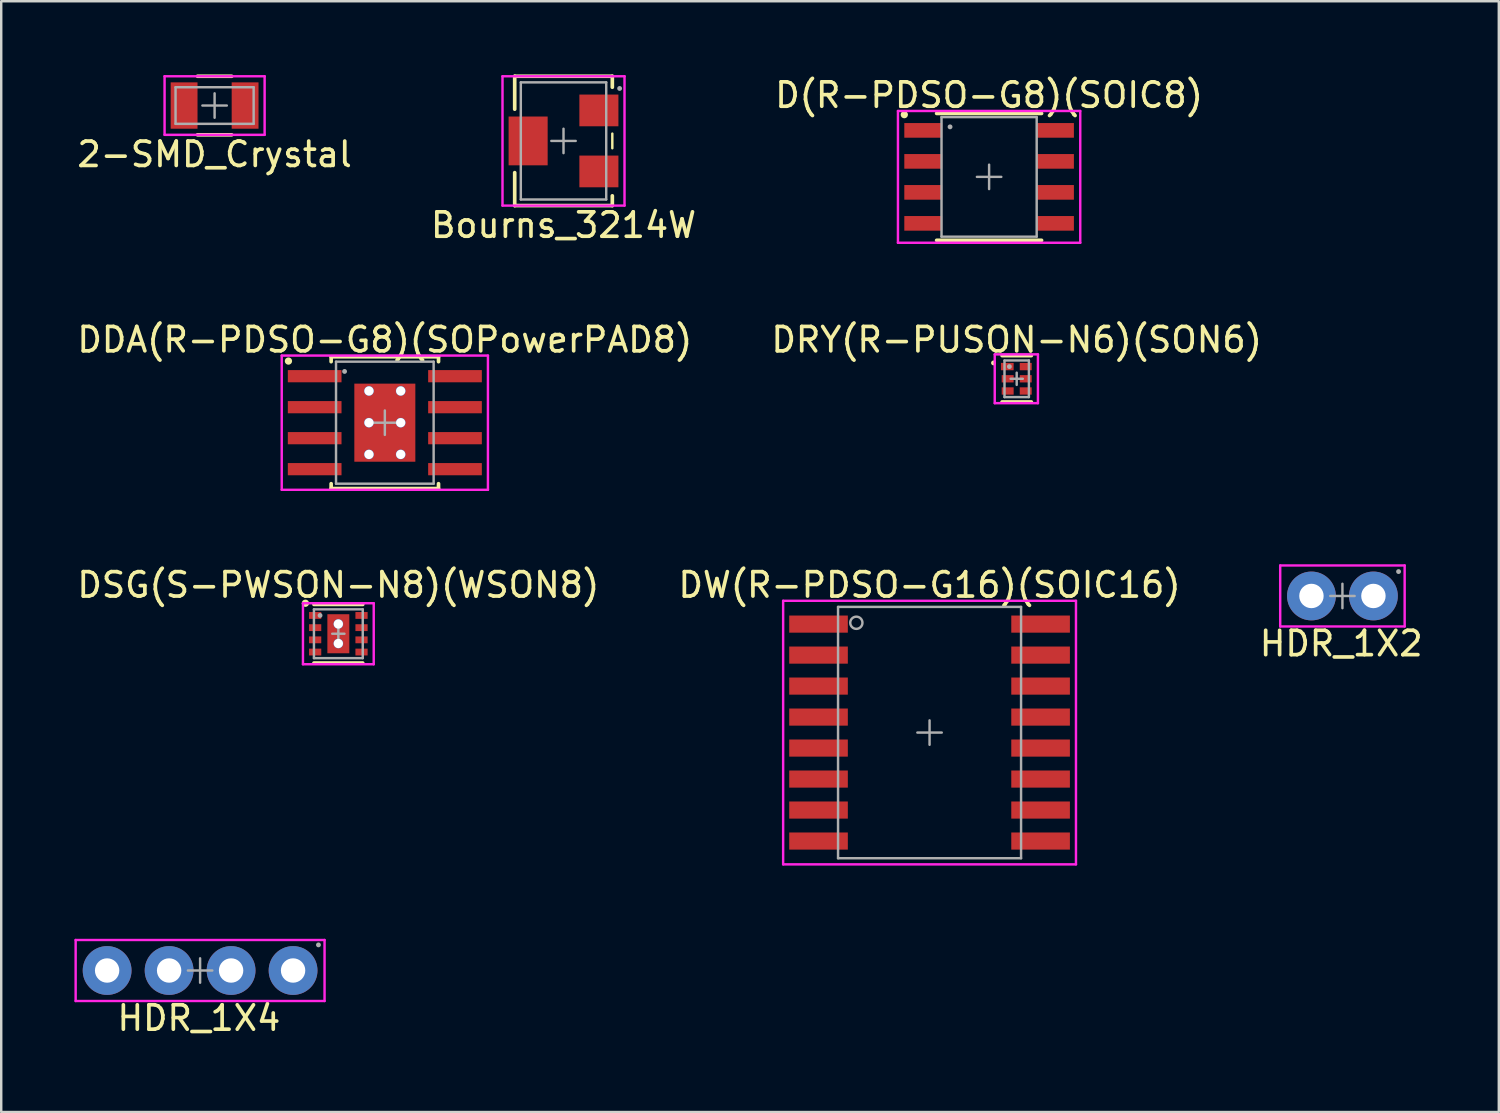
<source format=kicad_pcb>
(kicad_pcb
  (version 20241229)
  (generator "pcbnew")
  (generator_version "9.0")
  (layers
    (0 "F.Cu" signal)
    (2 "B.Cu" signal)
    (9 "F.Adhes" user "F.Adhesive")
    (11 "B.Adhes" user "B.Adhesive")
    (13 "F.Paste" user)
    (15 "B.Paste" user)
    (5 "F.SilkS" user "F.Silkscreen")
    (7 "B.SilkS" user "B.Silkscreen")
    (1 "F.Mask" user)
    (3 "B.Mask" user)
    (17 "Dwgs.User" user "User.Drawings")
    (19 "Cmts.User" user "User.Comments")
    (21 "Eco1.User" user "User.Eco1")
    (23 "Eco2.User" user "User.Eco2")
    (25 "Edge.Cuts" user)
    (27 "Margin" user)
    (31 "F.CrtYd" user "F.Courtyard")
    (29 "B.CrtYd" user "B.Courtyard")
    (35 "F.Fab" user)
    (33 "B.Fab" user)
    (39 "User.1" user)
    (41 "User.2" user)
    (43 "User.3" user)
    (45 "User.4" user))
  (footprint "DW(R-PDSO-G16)(SOIC16)"
    (layer "F.Cu")
    (at 35.042 26.97)
    (property "Reference" "DW(R-PDSO-G16)(SOIC16)" (at 0 -6.05 0) (layer "F.SilkS") (effects (font (size 1 1) (thickness 0.15))))
    (attr through_hole)
    (fp_line (start -6 -5.4) (end 6 -5.4) (stroke (width 0.1) (type solid)) (layer "F.CrtYd"))
    (fp_line (start -6 5.4) (end -6 -5.4) (stroke (width 0.1) (type solid)) (layer "F.CrtYd"))
    (fp_line (start 6 -5.4) (end 6 5.4) (stroke (width 0.1) (type solid)) (layer "F.CrtYd"))
    (fp_line (start 6 5.4) (end -6 5.4) (stroke (width 0.1) (type solid)) (layer "F.CrtYd"))
    (fp_line (start -3.75 -5.15) (end 3.75 -5.15) (stroke (width 0.1) (type solid)) (layer "F.Fab"))
    (fp_line (start -3.75 5.15) (end -3.75 -5.15) (stroke (width 0.1) (type solid)) (layer "F.Fab"))
    (fp_line (start -0.5 0) (end 0.5 0) (stroke (width 0.1) (type solid)) (layer "F.Fab"))
    (fp_line (start 0 -0.5) (end 0 0.5) (stroke (width 0.1) (type solid)) (layer "F.Fab"))
    (fp_line (start 3.75 -5.15) (end 3.75 5.15) (stroke (width 0.1) (type solid)) (layer "F.Fab"))
    (fp_line (start 3.75 5.15) (end -3.75 5.15) (stroke (width 0.1) (type solid)) (layer "F.Fab"))
    (fp_circle (center -3 -4.5) (end -3 -4.75) (stroke (width 0.1) (type solid)) (fill no) (layer "F.Fab"))
    (pad "1" smd rect (at -4.55 -4.445 90) (size 0.702 2.402) (layers "F.Cu" "F.Mask" "F.Paste"))
    (pad "2" smd rect (at -4.55 -3.175 90) (size 0.702 2.402) (layers "F.Cu" "F.Mask" "F.Paste"))
    (pad "3" smd rect (at -4.55 -1.905 90) (size 0.702 2.402) (layers "F.Cu" "F.Mask" "F.Paste"))
    (pad "4" smd rect (at -4.55 -0.635 90) (size 0.702 2.402) (layers "F.Cu" "F.Mask" "F.Paste"))
    (pad "5" smd rect (at -4.55 0.635 90) (size 0.702 2.402) (layers "F.Cu" "F.Mask" "F.Paste"))
    (pad "6" smd rect (at -4.55 1.905 90) (size 0.702 2.402) (layers "F.Cu" "F.Mask" "F.Paste"))
    (pad "7" smd rect (at -4.55 3.175 90) (size 0.702 2.402) (layers "F.Cu" "F.Mask" "F.Paste"))
    (pad "8" smd rect (at -4.55 4.445 90) (size 0.702 2.402) (layers "F.Cu" "F.Mask" "F.Paste"))
    (pad "9" smd rect (at 4.55 4.445 90) (size 0.702 2.402) (layers "F.Cu" "F.Mask" "F.Paste"))
    (pad "10" smd rect (at 4.55 3.175 90) (size 0.702 2.402) (layers "F.Cu" "F.Mask" "F.Paste"))
    (pad "11" smd rect (at 4.55 1.905 90) (size 0.702 2.402) (layers "F.Cu" "F.Mask" "F.Paste"))
    (pad "12" smd rect (at 4.55 0.635 90) (size 0.702 2.402) (layers "F.Cu" "F.Mask" "F.Paste"))
    (pad "13" smd rect (at 4.55 -0.635 90) (size 0.702 2.402) (layers "F.Cu" "F.Mask" "F.Paste"))
    (pad "14" smd rect (at 4.55 -1.905 90) (size 0.702 2.402) (layers "F.Cu" "F.Mask" "F.Paste"))
    (pad "15" smd rect (at 4.55 -3.175 90) (size 0.702 2.402) (layers "F.Cu" "F.Mask" "F.Paste"))
    (pad "16" smd rect (at 4.55 -4.445 90) (size 0.702 2.402) (layers "F.Cu" "F.Mask" "F.Paste")))
  (footprint "DDA(R-PDSO-G8)(SOPowerPAD8)"
    (layer "F.Cu")
    (at 12.72 14.271)
    (property "Reference" "DDA(R-PDSO-G8)(SOPowerPAD8)" (at 0 -3.4 0) (layer "F.SilkS") (effects (font (size 1 1) (thickness 0.15))))
    (attr through_hole)
    (fp_line (start -2.2 -2.7) (end -2.2 -2.5) (stroke (width 0.15) (type solid)) (layer "F.SilkS"))
    (fp_line (start -2.2 2.7) (end -2.2 2.5) (stroke (width 0.15) (type solid)) (layer "F.SilkS"))
    (fp_line (start -2.2 2.7) (end 2.2 2.7) (stroke (width 0.15) (type solid)) (layer "F.SilkS"))
    (fp_line (start 2.2 -2.7) (end -2.2 -2.7) (stroke (width 0.15) (type solid)) (layer "F.SilkS"))
    (fp_line (start 2.2 -2.7) (end 2.2 -2.5) (stroke (width 0.15) (type solid)) (layer "F.SilkS"))
    (fp_line (start 2.2 2.7) (end 2.2 2.5) (stroke (width 0.15) (type solid)) (layer "F.SilkS"))
    (fp_circle (center -3.95 -2.525) (end -3.875 -2.525) (stroke (width 0.15) (type solid)) (fill no) (layer "F.SilkS"))
    (fp_line (start -4.225 -2.75) (end 4.225 -2.75) (stroke (width 0.1) (type solid)) (layer "F.CrtYd"))
    (fp_line (start -4.225 2.75) (end -4.225 -2.75) (stroke (width 0.1) (type solid)) (layer "F.CrtYd"))
    (fp_line (start 4.225 -2.75) (end 4.225 2.75) (stroke (width 0.1) (type solid)) (layer "F.CrtYd"))
    (fp_line (start 4.225 2.75) (end -4.225 2.75) (stroke (width 0.1) (type solid)) (layer "F.CrtYd"))
    (fp_line (start -2 -2.5) (end 2 -2.5) (stroke (width 0.1) (type solid)) (layer "F.Fab"))
    (fp_line (start -2 2.5) (end -2 -2.5) (stroke (width 0.1) (type solid)) (layer "F.Fab"))
    (fp_line (start 0 0.5) (end 0 -0.5) (stroke (width 0.1) (type solid)) (layer "F.Fab"))
    (fp_line (start 0.5 0) (end -0.5 0) (stroke (width 0.1) (type solid)) (layer "F.Fab"))
    (fp_line (start 2 -2.5) (end 2 2.5) (stroke (width 0.1) (type solid)) (layer "F.Fab"))
    (fp_line (start 2 2.5) (end -2 2.5) (stroke (width 0.1) (type solid)) (layer "F.Fab"))
    (fp_circle (center -1.65 -2.1) (end -1.6 -2.1) (stroke (width 0.1) (type solid)) (fill no) (layer "F.Fab"))
    (pad "1" smd rect (at -2.875 -1.905 270) (size 0.5 2.2) (layers "F.Cu" "F.Mask" "F.Paste"))
    (pad "2" smd rect (at -2.875 -0.635 270) (size 0.5 2.2) (layers "F.Cu" "F.Mask" "F.Paste"))
    (pad "3" smd rect (at -2.875 0.635 270) (size 0.5 2.2) (layers "F.Cu" "F.Mask" "F.Paste"))
    (pad "4" smd rect (at -2.875 1.905 270) (size 0.5 2.2) (layers "F.Cu" "F.Mask" "F.Paste"))
    (pad "5" smd rect (at 2.875 1.905 270) (size 0.5 2.2) (layers "F.Cu" "F.Mask" "F.Paste"))
    (pad "6" smd rect (at 2.875 0.635 270) (size 0.5 2.2) (layers "F.Cu" "F.Mask" "F.Paste"))
    (pad "7" smd rect (at 2.875 -0.635 270) (size 0.5 2.2) (layers "F.Cu" "F.Mask" "F.Paste"))
    (pad "8" smd rect (at 2.875 -1.905 270) (size 0.5 2.2) (layers "F.Cu" "F.Mask" "F.Paste"))
    (pad "9" thru_hole circle (at -0.65 -1.3 270) (size 0.4 0.4) (drill 0.381) (layers "*.Cu"))
    (pad "9" thru_hole circle (at -0.65 0 270) (size 0.4 0.4) (drill 0.381) (layers "*.Cu"))
    (pad "9" thru_hole circle (at -0.65 1.3 270) (size 0.4 0.4) (drill 0.381) (layers "*.Cu"))
    (pad "9" smd rect (at 0 0 270) (size 3.2 2.5) (layers "F.Cu" "F.Mask" "F.Paste"))
    (pad "9" thru_hole circle (at 0.65 -1.3 270) (size 0.4 0.4) (drill 0.381) (layers "*.Cu"))
    (pad "9" thru_hole circle (at 0.65 0 270) (size 0.4 0.4) (drill 0.381) (layers "*.Cu"))
    (pad "9" thru_hole circle (at 0.65 1.3 270) (size 0.4 0.4) (drill 0.381) (layers "*.Cu")))
  (footprint "2-SMD_Crystal"
    (layer "F.Cu")
    (at 5.744 1.275)
    (property "Reference" "2-SMD_Crystal" (at 0 2 0) (layer "F.SilkS") (effects (font (size 1 1) (thickness 0.15))))
    (attr through_hole)
    (fp_line (start -0.7 -1.2) (end 0.7 -1.2) (stroke (width 0.15) (type solid)) (layer "F.SilkS"))
    (fp_line (start -0.7 1.2) (end 0.7 1.2) (stroke (width 0.15) (type solid)) (layer "F.SilkS"))
    (fp_line (start -2.05 -1.2) (end 2.05 -1.2) (stroke (width 0.1) (type solid)) (layer "F.CrtYd"))
    (fp_line (start -2.05 1.2) (end -2.05 -1.2) (stroke (width 0.1) (type solid)) (layer "F.CrtYd"))
    (fp_line (start 2.05 -1.2) (end 2.05 1.2) (stroke (width 0.1) (type solid)) (layer "F.CrtYd"))
    (fp_line (start 2.05 1.2) (end -2.05 1.2) (stroke (width 0.1) (type solid)) (layer "F.CrtYd"))
    (fp_line (start -1.6 -0.75) (end 1.6 -0.75) (stroke (width 0.1) (type solid)) (layer "F.Fab"))
    (fp_line (start -1.6 0.75) (end -1.6 -0.75) (stroke (width 0.1) (type solid)) (layer "F.Fab"))
    (fp_line (start -0.5 0) (end 0.5 0) (stroke (width 0.1) (type solid)) (layer "F.Fab"))
    (fp_line (start 0 -0.5) (end 0 0.5) (stroke (width 0.1) (type solid)) (layer "F.Fab"))
    (fp_line (start 1.6 -0.75) (end 1.6 0.75) (stroke (width 0.1) (type solid)) (layer "F.Fab"))
    (fp_line (start 1.6 0.75) (end -1.6 0.75) (stroke (width 0.1) (type solid)) (layer "F.Fab"))
    (pad "1" smd rect (at -1.25 0) (size 1.1 1.9) (layers "F.Cu" "F.Mask" "F.Paste"))
    (pad "2" smd rect (at 1.25 0) (size 1.1 1.9) (layers "F.Cu" "F.Mask" "F.Paste")))
  (footprint "HDR_1X4"
    (layer "F.Cu")
    (at 5.15 36.72)
    (property "Reference" "HDR_1X4" (at -0.05 1.95 0) (layer "F.SilkS") (effects (font (size 1 1) (thickness 0.15))))
    (attr through_hole)
    (fp_line (start -5.1 -1.25) (end 5.1 -1.25) (stroke (width 0.1) (type solid)) (layer "F.CrtYd"))
    (fp_line (start -5.1 1.25) (end -5.1 -1.25) (stroke (width 0.1) (type solid)) (layer "F.CrtYd"))
    (fp_line (start 5.1 -1.25) (end 5.1 1.25) (stroke (width 0.1) (type solid)) (layer "F.CrtYd"))
    (fp_line (start 5.1 1.25) (end -5.1 1.25) (stroke (width 0.1) (type solid)) (layer "F.CrtYd"))
    (fp_line (start -0.5 0) (end 0.5 0) (stroke (width 0.1) (type solid)) (layer "F.Fab"))
    (fp_line (start 0 -0.5) (end 0 0.5) (stroke (width 0.1) (type solid)) (layer "F.Fab"))
    (fp_circle (center 4.85 -1.05) (end 4.85 -1) (stroke (width 0.1) (type solid)) (fill no) (layer "F.Fab"))
    (pad "1" thru_hole circle (at 3.81 0) (size 2 2) (drill 1) (layers "*.Cu" "*.Mask"))
    (pad "2" thru_hole circle (at 1.27 0) (size 2 2) (drill 1) (layers "*.Cu" "*.Mask"))
    (pad "3" thru_hole circle (at -1.27 0) (size 2 2) (drill 1) (layers "*.Cu" "*.Mask"))
    (pad "4" thru_hole circle (at -3.81 0) (size 2 2) (drill 1) (layers "*.Cu" "*.Mask")))
  (footprint "DSG(S-PWSON-N8)(WSON8)"
    (layer "F.Cu")
    (at 10.815 22.92)
    (property "Reference" "DSG(S-PWSON-N8)(WSON8)" (at 0 -2 0) (layer "F.SilkS") (effects (font (size 1 1) (thickness 0.15))))
    (attr through_hole)
    (fp_line (start 1 -1.2) (end -1 -1.2) (stroke (width 0.15) (type solid)) (layer "F.SilkS"))
    (fp_line (start 1 1.2) (end -1 1.2) (stroke (width 0.15) (type solid)) (layer "F.SilkS"))
    (fp_circle (center -1.35 -1.25) (end -1.275 -1.25) (stroke (width 0.15) (type solid)) (fill no) (layer "F.SilkS"))
    (fp_line (start -1.45 -1.25) (end 1.45 -1.25) (stroke (width 0.1) (type solid)) (layer "F.CrtYd"))
    (fp_line (start -1.45 1.25) (end -1.45 -1.25) (stroke (width 0.1) (type solid)) (layer "F.CrtYd"))
    (fp_line (start 1.45 -1.25) (end 1.45 1.25) (stroke (width 0.1) (type solid)) (layer "F.CrtYd"))
    (fp_line (start 1.45 1.25) (end -1.45 1.25) (stroke (width 0.1) (type solid)) (layer "F.CrtYd"))
    (fp_line (start -1 -1) (end 1 -1) (stroke (width 0.1) (type solid)) (layer "F.Fab"))
    (fp_line (start -1 1) (end -1 -1) (stroke (width 0.1) (type solid)) (layer "F.Fab"))
    (fp_line (start 0 0.25) (end 0 -0.25) (stroke (width 0.1) (type solid)) (layer "F.Fab"))
    (fp_line (start 0.25 0) (end -0.25 0) (stroke (width 0.1) (type solid)) (layer "F.Fab"))
    (fp_line (start 1 -1) (end 1 1) (stroke (width 0.1) (type solid)) (layer "F.Fab"))
    (fp_line (start 1 1) (end -1 1) (stroke (width 0.1) (type solid)) (layer "F.Fab"))
    (fp_circle (center -0.75 -0.75) (end -0.7 -0.75) (stroke (width 0.1) (type solid)) (fill no) (layer "F.Fab"))
    (pad "1" smd rect (at -0.95 -0.75 270) (size 0.28 0.5) (layers "F.Cu" "F.Mask" "F.Paste"))
    (pad "2" smd rect (at -0.95 -0.25 270) (size 0.28 0.5) (layers "F.Cu" "F.Mask" "F.Paste"))
    (pad "3" smd rect (at -0.95 0.25 270) (size 0.28 0.5) (layers "F.Cu" "F.Mask" "F.Paste"))
    (pad "4" smd rect (at -0.95 0.75 270) (size 0.28 0.5) (layers "F.Cu" "F.Mask" "F.Paste"))
    (pad "5" smd rect (at 0.95 0.75 270) (size 0.28 0.5) (layers "F.Cu" "F.Mask" "F.Paste"))
    (pad "6" smd rect (at 0.95 0.25 270) (size 0.28 0.5) (layers "F.Cu" "F.Mask" "F.Paste"))
    (pad "7" smd rect (at 0.95 -0.25 270) (size 0.28 0.5) (layers "F.Cu" "F.Mask" "F.Paste"))
    (pad "8" smd rect (at 0.95 -0.75 270) (size 0.28 0.5) (layers "F.Cu" "F.Mask" "F.Paste"))
    (pad "9" thru_hole circle (at 0 -0.4 270) (size 0.4 0.4) (drill 0.381) (layers "*.Cu"))
    (pad "9" smd rect (at 0 0 270) (size 1.6 0.9) (layers "F.Cu" "F.Mask" "F.Paste"))
    (pad "9" thru_hole circle (at 0 0.4 270) (size 0.4 0.4) (drill 0.381) (layers "*.Cu")))
  (footprint "D(R-PDSO-G8)(SOIC8)"
    (layer "F.Cu")
    (at 37.482 4.198)
    (property "Reference" "D(R-PDSO-G8)(SOIC8)" (at 0 -3.35 0) (layer "F.SilkS") (effects (font (size 1 1) (thickness 0.15))))
    (attr through_hole)
    (fp_line (start -2.15 -2.6) (end 2.15 -2.6) (stroke (width 0.15) (type solid)) (layer "F.SilkS"))
    (fp_line (start -2.15 2.6) (end 2.15 2.6) (stroke (width 0.15) (type solid)) (layer "F.SilkS"))
    (fp_circle (center -3.475 -2.55) (end -3.4 -2.55) (stroke (width 0.15) (type solid)) (fill no) (layer "F.SilkS"))
    (fp_line (start -3.735 -2.7) (end 3.735 -2.7) (stroke (width 0.1) (type solid)) (layer "F.CrtYd"))
    (fp_line (start -3.735 2.7) (end -3.735 -2.7) (stroke (width 0.1) (type solid)) (layer "F.CrtYd"))
    (fp_line (start 3.735 -2.7) (end 3.735 2.7) (stroke (width 0.1) (type solid)) (layer "F.CrtYd"))
    (fp_line (start 3.735 2.7) (end -3.735 2.7) (stroke (width 0.1) (type solid)) (layer "F.CrtYd"))
    (fp_line (start -1.95 -2.45) (end 1.95 -2.45) (stroke (width 0.1) (type solid)) (layer "F.Fab"))
    (fp_line (start -1.95 2.45) (end -1.95 -2.45) (stroke (width 0.1) (type solid)) (layer "F.Fab"))
    (fp_line (start 0 0.5) (end 0 -0.5) (stroke (width 0.1) (type solid)) (layer "F.Fab"))
    (fp_line (start 0.5 0) (end -0.5 0) (stroke (width 0.1) (type solid)) (layer "F.Fab"))
    (fp_line (start 1.95 -2.45) (end 1.95 2.45) (stroke (width 0.1) (type solid)) (layer "F.Fab"))
    (fp_line (start 1.95 2.45) (end -1.95 2.45) (stroke (width 0.1) (type solid)) (layer "F.Fab"))
    (fp_circle (center -1.6 -2.05) (end -1.55 -2.05) (stroke (width 0.1) (type solid)) (fill no) (layer "F.Fab"))
    (pad "1" smd rect (at -2.7 -1.905 270) (size 0.6 1.55) (layers "F.Cu" "F.Mask" "F.Paste"))
    (pad "2" smd rect (at -2.7 -0.635 270) (size 0.6 1.55) (layers "F.Cu" "F.Mask" "F.Paste"))
    (pad "3" smd rect (at -2.7 0.635 270) (size 0.6 1.55) (layers "F.Cu" "F.Mask" "F.Paste"))
    (pad "4" smd rect (at -2.7 1.905 270) (size 0.6 1.55) (layers "F.Cu" "F.Mask" "F.Paste"))
    (pad "5" smd rect (at 2.7 1.905 270) (size 0.6 1.55) (layers "F.Cu" "F.Mask" "F.Paste"))
    (pad "6" smd rect (at 2.7 0.635 270) (size 0.6 1.55) (layers "F.Cu" "F.Mask" "F.Paste"))
    (pad "7" smd rect (at 2.7 -0.635 270) (size 0.6 1.55) (layers "F.Cu" "F.Mask" "F.Paste"))
    (pad "8" smd rect (at 2.7 -1.905 270) (size 0.6 1.55) (layers "F.Cu" "F.Mask" "F.Paste")))
  (footprint "Bourns_3214W"
    (layer "F.Cu")
    (at 20.042 2.725)
    (property "Reference" "Bourns_3214W" (at 0 3.45 0) (layer "F.SilkS") (effects (font (size 1 1) (thickness 0.15))))
    (attr through_hole)
    (fp_line (start -2 -2.65) (end 2 -2.65) (stroke (width 0.15) (type solid)) (layer "F.SilkS"))
    (fp_line (start -2 -1.3) (end -2 -2.65) (stroke (width 0.15) (type solid)) (layer "F.SilkS"))
    (fp_line (start -2 1.3) (end -2 2.65) (stroke (width 0.15) (type solid)) (layer "F.SilkS"))
    (fp_line (start -2 2.65) (end 2 2.65) (stroke (width 0.15) (type solid)) (layer "F.SilkS"))
    (fp_line (start 2 -2.65) (end 2 -2.2) (stroke (width 0.15) (type solid)) (layer "F.SilkS"))
    (fp_line (start 2 -0.3) (end 2 0.3) (stroke (width 0.1) (type solid)) (layer "F.SilkS"))
    (fp_line (start 2 2.65) (end 2 2.25) (stroke (width 0.15) (type solid)) (layer "F.SilkS"))
    (fp_line (start -2.5 -2.65) (end 2.5 -2.65) (stroke (width 0.1) (type solid)) (layer "F.CrtYd"))
    (fp_line (start -2.5 2.65) (end -2.5 -2.65) (stroke (width 0.1) (type solid)) (layer "F.CrtYd"))
    (fp_line (start -2.5 2.65) (end 2.5 2.65) (stroke (width 0.1) (type solid)) (layer "F.CrtYd"))
    (fp_line (start 2.5 -2.65) (end 2.5 2.65) (stroke (width 0.1) (type solid)) (layer "F.CrtYd"))
    (fp_line (start -1.75 -2.4) (end 1.75 -2.4) (stroke (width 0.1) (type solid)) (layer "F.Fab"))
    (fp_line (start -1.75 2.4) (end -1.75 -2.4) (stroke (width 0.1) (type solid)) (layer "F.Fab"))
    (fp_line (start -0.5 0) (end 0.5 0) (stroke (width 0.1) (type solid)) (layer "F.Fab"))
    (fp_line (start 0 -0.5) (end 0 0.5) (stroke (width 0.1) (type solid)) (layer "F.Fab"))
    (fp_line (start 1.75 -2.4) (end 1.75 2.4) (stroke (width 0.1) (type solid)) (layer "F.Fab"))
    (fp_line (start 1.75 2.4) (end -1.75 2.4) (stroke (width 0.1) (type solid)) (layer "F.Fab"))
    (fp_circle (center 2.3 -2.15) (end 2.3 -2.2) (stroke (width 0.1) (type solid)) (fill no) (layer "F.Fab"))
    (pad "1" smd rect (at 1.45 -1.25) (size 1.6 1.3) (layers "F.Cu" "F.Mask" "F.Paste"))
    (pad "2" smd rect (at -1.45 0) (size 1.6 2) (layers "F.Cu" "F.Mask" "F.Paste"))
    (pad "3" smd rect (at 1.45 1.25) (size 1.6 1.3) (layers "F.Cu" "F.Mask" "F.Paste")))
  (footprint "DRY(R-PUSON-N6)(SON6)"
    (layer "F.Cu")
    (at 38.613 12.472)
    (property "Reference" "DRY(R-PUSON-N6)(SON6)" (at 0 -1.6 0) (layer "F.SilkS") (effects (font (size 1 1) (thickness 0.15))))
    (attr through_hole)
    (fp_line (start -0.6 -0.95) (end 0.6 -0.95) (stroke (width 0.15) (type solid)) (layer "F.SilkS"))
    (fp_line (start -0.6 0.95) (end 0.6 0.95) (stroke (width 0.15) (type solid)) (layer "F.SilkS"))
    (fp_circle (center -0.95 -0.65) (end -0.95 -0.7) (stroke (width 0.1) (type solid)) (fill no) (layer "F.SilkS"))
    (fp_line (start -0.9 -1) (end 0.87 -1) (stroke (width 0.1) (type solid)) (layer "F.CrtYd"))
    (fp_line (start -0.9 1) (end -0.9 -1) (stroke (width 0.1) (type solid)) (layer "F.CrtYd"))
    (fp_line (start 0.87 -1) (end 0.87 1) (stroke (width 0.1) (type solid)) (layer "F.CrtYd"))
    (fp_line (start 0.87 1) (end -0.9 1) (stroke (width 0.1) (type solid)) (layer "F.CrtYd"))
    (fp_line (start -0.5 -0.75) (end 0.5 -0.75) (stroke (width 0.1) (type solid)) (layer "F.Fab"))
    (fp_line (start -0.5 0.75) (end -0.5 -0.75) (stroke (width 0.1) (type solid)) (layer "F.Fab"))
    (fp_line (start 0 0.25) (end 0 -0.25) (stroke (width 0.1) (type solid)) (layer "F.Fab"))
    (fp_line (start 0.25 0) (end -0.25 0) (stroke (width 0.1) (type solid)) (layer "F.Fab"))
    (fp_line (start 0.5 -0.75) (end 0.5 0.75) (stroke (width 0.1) (type solid)) (layer "F.Fab"))
    (fp_line (start 0.5 0.75) (end -0.5 0.75) (stroke (width 0.1) (type solid)) (layer "F.Fab"))
    (fp_circle (center -0.3 -0.5) (end -0.25 -0.5) (stroke (width 0.1) (type solid)) (fill no) (layer "F.Fab"))
    (pad "1" smd rect (at -0.385 -0.5 270) (size 0.3 0.52) (layers "F.Cu" "F.Mask" "F.Paste"))
    (pad "2" smd rect (at -0.37 0 270) (size 0.3 0.49) (layers "F.Cu" "F.Mask" "F.Paste"))
    (pad "3" smd rect (at -0.37 0.5 270) (size 0.3 0.49) (layers "F.Cu" "F.Mask" "F.Paste"))
    (pad "4" smd rect (at 0.37 0.5 270) (size 0.3 0.49) (layers "F.Cu" "F.Mask" "F.Paste"))
    (pad "5" smd rect (at 0.37 0 270) (size 0.3 0.49) (layers "F.Cu" "F.Mask" "F.Paste"))
    (pad "6" smd rect (at 0.37 -0.5 270) (size 0.3 0.49) (layers "F.Cu" "F.Mask" "F.Paste")))
  (footprint "HDR_1X2"
    (layer "F.Cu")
    (at 51.961 21.372)
    (property "Reference" "HDR_1X2" (at -0.05 1.95 0) (layer "F.SilkS") (effects (font (size 1 1) (thickness 0.15))))
    (attr through_hole)
    (fp_line (start -2.55 -1.25) (end 2.55 -1.25) (stroke (width 0.1) (type solid)) (layer "F.CrtYd"))
    (fp_line (start -2.55 1.25) (end -2.55 -1.25) (stroke (width 0.1) (type solid)) (layer "F.CrtYd"))
    (fp_line (start 2.55 -1.25) (end 2.55 1.25) (stroke (width 0.1) (type solid)) (layer "F.CrtYd"))
    (fp_line (start 2.55 1.25) (end -2.55 1.25) (stroke (width 0.1) (type solid)) (layer "F.CrtYd"))
    (fp_line (start -0.5 0) (end 0.5 0) (stroke (width 0.1) (type solid)) (layer "F.Fab"))
    (fp_line (start 0 -0.5) (end 0 0.5) (stroke (width 0.1) (type solid)) (layer "F.Fab"))
    (fp_circle (center 2.3 -1) (end 2.3 -0.95) (stroke (width 0.1) (type solid)) (fill no) (layer "F.Fab"))
    (pad "1" thru_hole circle (at 1.27 0) (size 2 2) (drill 1) (layers "*.Cu" "*.Mask"))
    (pad "2" thru_hole circle (at -1.27 0) (size 2 2) (drill 1) (layers "*.Cu" "*.Mask")))
  (gr_rect
    (start -3 -3)
    (end 58.369 42.518)
    (stroke (width 0.1) (type default))
    (fill no)
    (layer "Edge.Cuts")))
</source>
